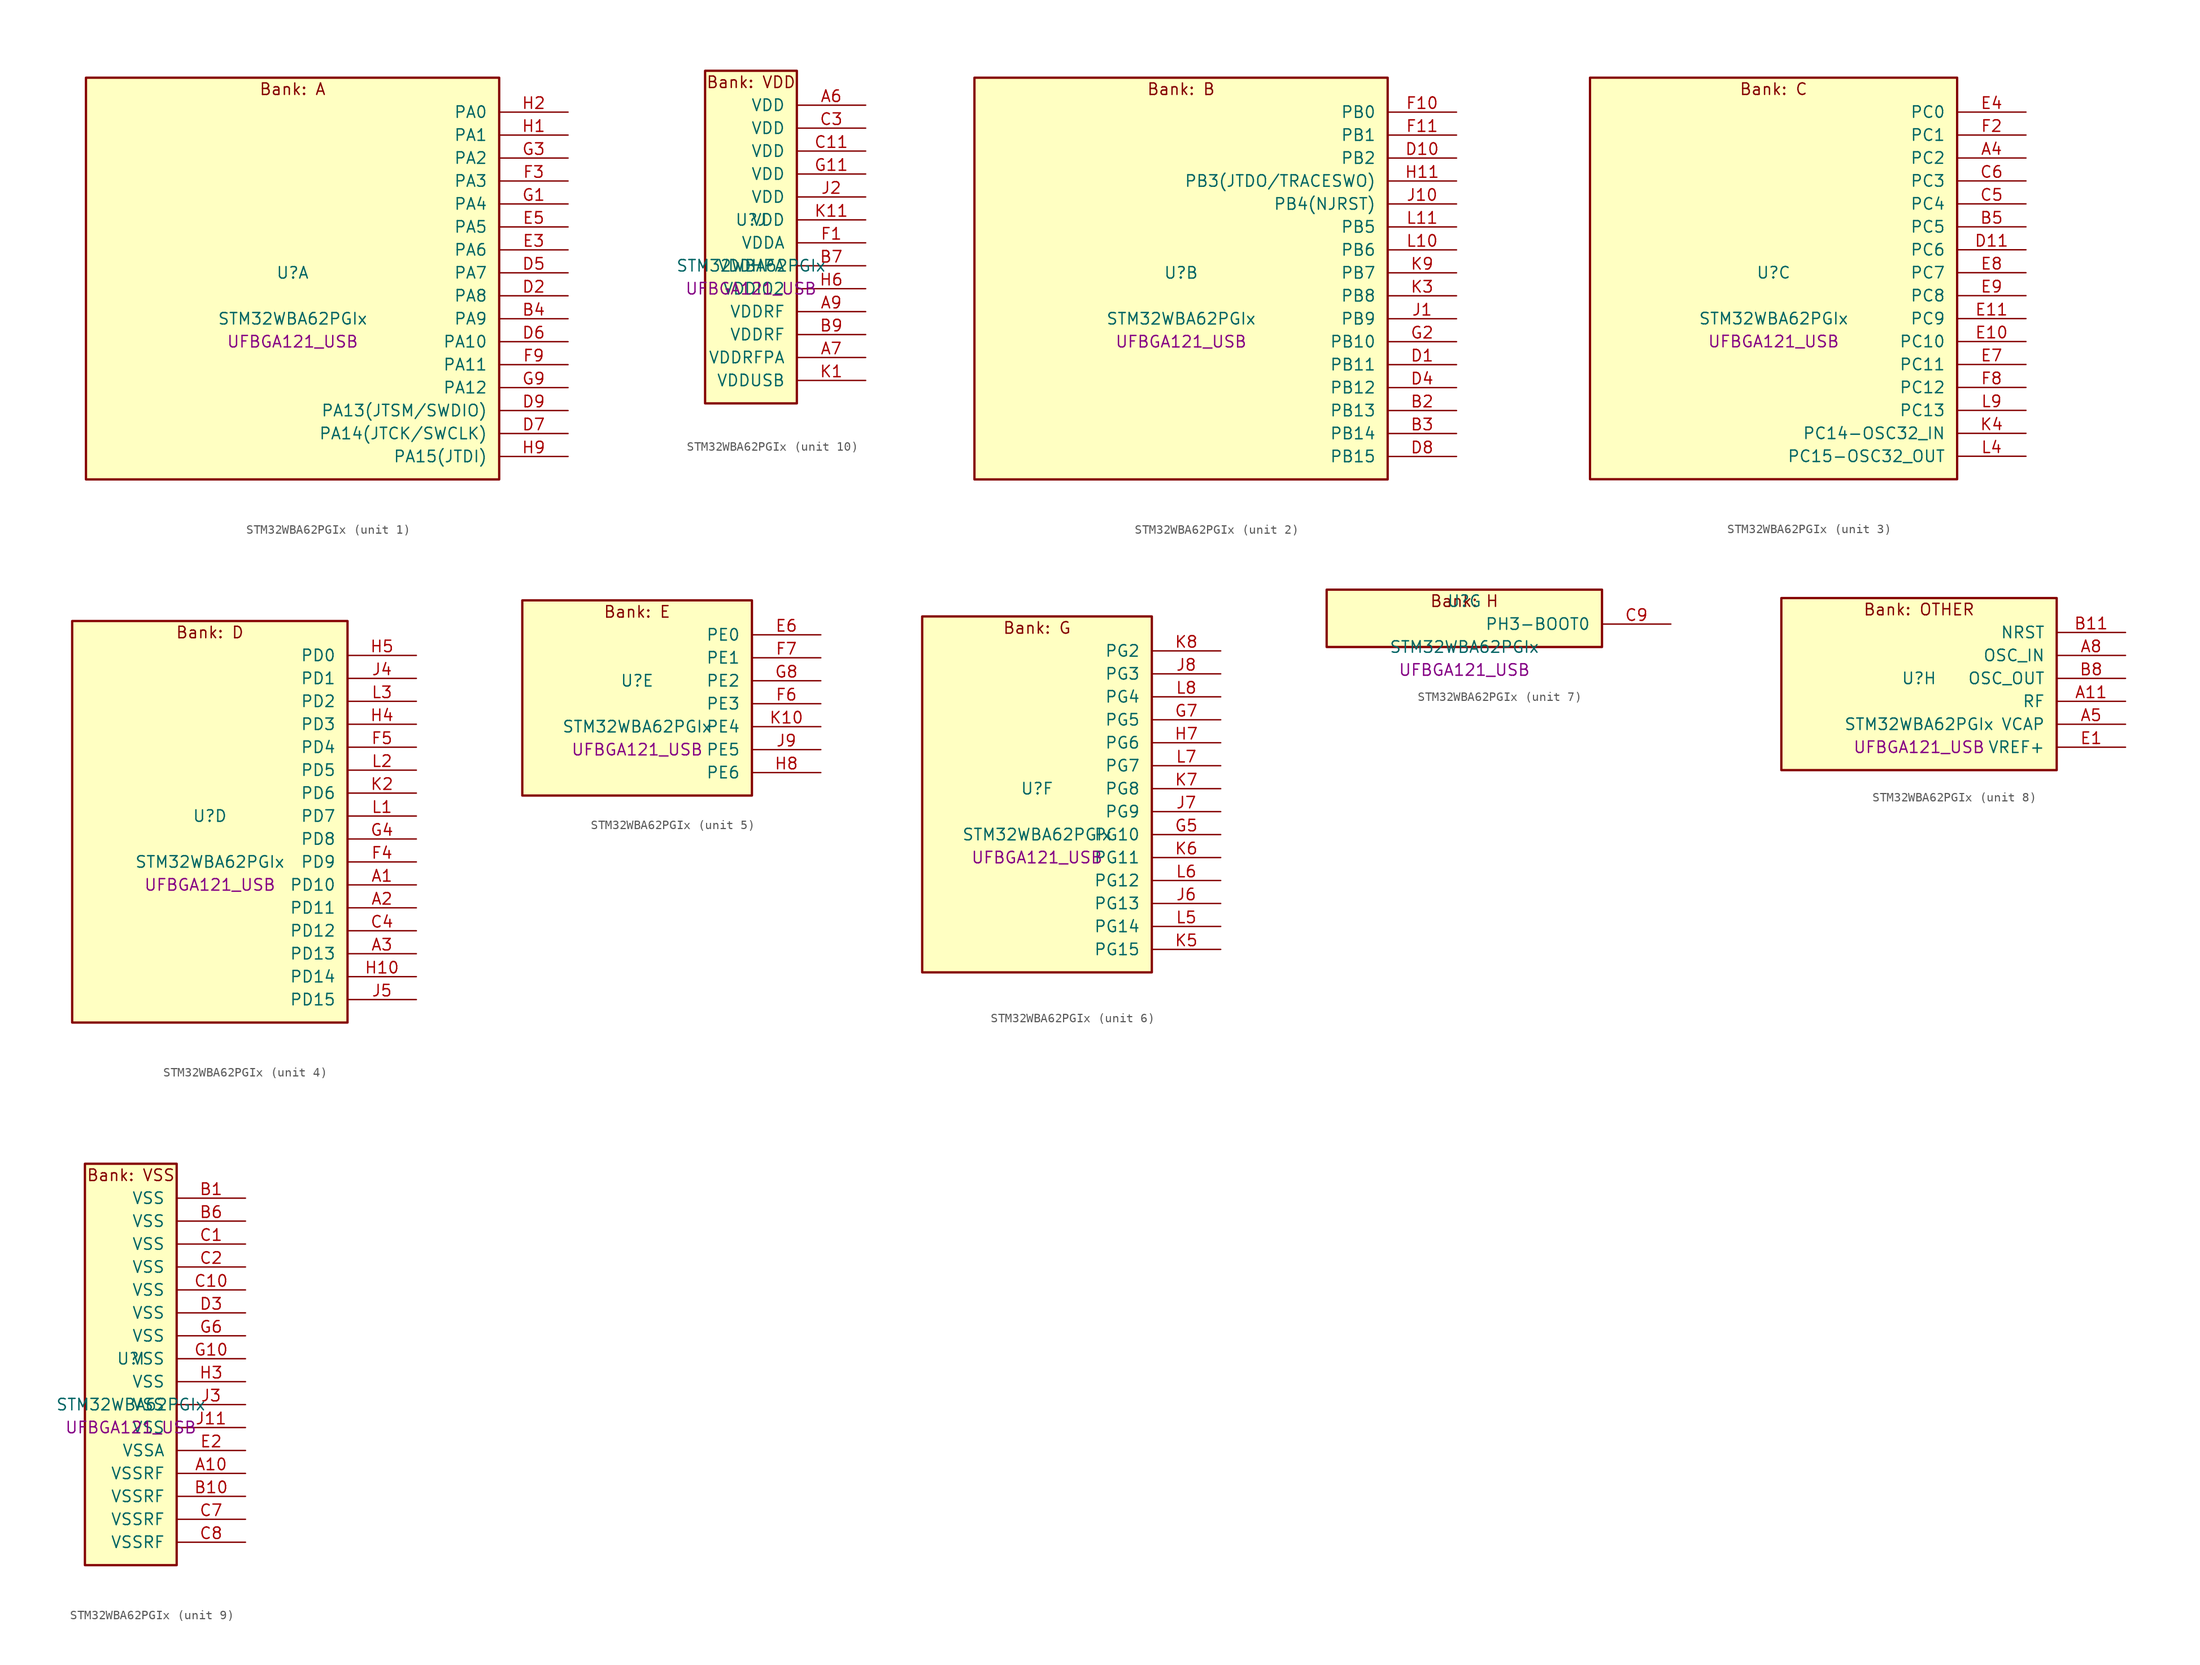
<source format=kicad_sym>
(kicad_symbol_lib
  (version 20241209)
  (generator "stm32_pkl_generator")
  (generator_version "1.0")
  (symbol "STM32WBA62PGIx"
    (pin_names
      (offset 1.27))
    (property "Reference" "U"
      (at 0 2.54 0))
    (property "Value" "STM32WBA62PGIx"
      (at 0 -2.54 0))
    (property "Footprint" "UFBGA121_USB"
      (at 0 -5.08 0))
    (symbol "STM32WBA62PGIx_1_1"
      (rectangle (start -22.86 24.13) (end 22.86 -20.32) (stroke (width 0.254) (type solid)) (fill (type background)))
      (text "Bank: A" (at 0 22.86 0))
      (pin bidirectional line (at 30.48 20.32 180) (length 7.62) (name "PA0") (number "H2") (alternate "PA0/ADC4_IN9" bidirectional line) (alternate "PA0/COMP2_INP" bidirectional line) (alternate "PA0/LPTIM1_IN1" bidirectional line) (alternate "PA0/LPUART1_CTS" bidirectional line) (alternate "PA0/PWR_WKUP1" bidirectional line) (alternate "PA0/SPI3_SCK" bidirectional line) (alternate "PA0/TIM1_CH2N" bidirectional line) (alternate "PA0/TIM3_CH3" bidirectional line) (alternate "PA0/TIM3_ETR" bidirectional line) (alternate "PA0/TSC_G2_IO2" bidirectional line))
      (pin bidirectional line (at 30.48 17.78 180) (length 7.62) (name "PA1") (number "H1") (alternate "PA1/ADC4_IN8" bidirectional line) (alternate "PA1/COMP1_INM" bidirectional line) (alternate "PA1/LPTIM2_CH2" bidirectional line) (alternate "PA1/LPUART1_RX" bidirectional line) (alternate "PA1/PWR_WKUP3" bidirectional line) (alternate "PA1/SAI1_CK1" bidirectional line) (alternate "PA1/SPI1_RDY" bidirectional line) (alternate "PA1/SPI3_MISO" bidirectional line) (alternate "PA1/TIM17_CH1" bidirectional line) (alternate "PA1/TIM1_CH1N" bidirectional line) (alternate "PA1/TIM3_CH2" bidirectional line) (alternate "PA1/TSC_G2_IO1" bidirectional line) (alternate "PA1/USART1_CK" bidirectional line))
      (pin bidirectional line (at 30.48 15.24 180) (length 7.62) (name "PA2") (number "G3") (alternate "PA2/ADC4_IN7" bidirectional line) (alternate "PA2/COMP1_INP" bidirectional line) (alternate "PA2/LPUART1_TX" bidirectional line) (alternate "PA2/PWR_WKUP4" bidirectional line) (alternate "PA2/RCC_LSCO" bidirectional line) (alternate "PA2/SAI1_D1" bidirectional line) (alternate "PA2/TIM16_CH1" bidirectional line) (alternate "PA2/TIM1_BKIN" bidirectional line) (alternate "PA2/TIM3_CH1" bidirectional line) (alternate "PA2/TSC_G4_IO4" bidirectional line) (alternate "PA2/USART1_DE" bidirectional line) (alternate "PA2/USART1_RTS" bidirectional line))
      (pin bidirectional line (at 30.48 12.7 180) (length 7.62) (name "PA3") (number "F3") (alternate "PA3/ADC4_IN6" bidirectional line) (alternate "PA3/PWR_WKUP5" bidirectional line) (alternate "PA3/TIM16_CH1N" bidirectional line) (alternate "PA3/TSC_G4_IO2" bidirectional line) (alternate "PA3/USART1_DE" bidirectional line) (alternate "PA3/USART1_RTS" bidirectional line))
      (pin bidirectional line (at 30.48 10.16 180) (length 7.62) (name "PA4") (number "G1") (alternate "PA4/ADC4_IN5" bidirectional line) (alternate "PA4/AUDIOCLK" bidirectional line) (alternate "PA4/PWR_WKUP2" bidirectional line) (alternate "PA4/TAMP_IN6" bidirectional line) (alternate "PA4/TAMP_OUT3" bidirectional line) (alternate "PA4/TIM16_CH1" bidirectional line) (alternate "PA4/TSC_G4_IO1" bidirectional line) (alternate "PA4/USART1_CTS" bidirectional line))
      (pin bidirectional line (at 30.48 7.62 180) (length 7.62) (name "PA5") (number "E5") (alternate "PA5/ADC4_IN4" bidirectional line) (alternate "PA5/AUDIOCLK" bidirectional line) (alternate "PA5/LPTIM2_ETR" bidirectional line) (alternate "PA5/PWR_CSLEEP" bidirectional line) (alternate "PA5/PWR_WKUP6" bidirectional line) (alternate "PA5/SAI1_D2" bidirectional line) (alternate "PA5/SPI3_NSS" bidirectional line) (alternate "PA5/TIM2_CH1" bidirectional line) (alternate "PA5/TIM2_ETR" bidirectional line) (alternate "PA5/TSC_G1_IO4" bidirectional line) (alternate "PA5/USART1_CK" bidirectional line) (alternate "PA5/USART3_RX" bidirectional line))
      (pin bidirectional line (at 30.48 5.08 180) (length 7.62) (name "PA6") (number "E3") (alternate "PA6/ADC4_IN3" bidirectional line) (alternate "PA6/I2C3_SCL" bidirectional line) (alternate "PA6/PWR_CSTOP" bidirectional line) (alternate "PA6/PWR_WKUP7" bidirectional line) (alternate "PA6/SAI1_CK2" bidirectional line) (alternate "PA6/SAI1_MCLK_A" bidirectional line) (alternate "PA6/SPI3_RDY" bidirectional line) (alternate "PA6/TIM2_CH4" bidirectional line) (alternate "PA6/TSC_G1_IO3" bidirectional line) (alternate "PA6/USART1_DE" bidirectional line) (alternate "PA6/USART1_RTS" bidirectional line) (alternate "PA6/USART3_CTS" bidirectional line))
      (pin bidirectional line (at 30.48 2.54 180) (length 7.62) (name "PA7") (number "D5") (alternate "PA7/ADC4_IN2" bidirectional line) (alternate "PA7/COMP1_OUT" bidirectional line) (alternate "PA7/I2C3_SDA" bidirectional line) (alternate "PA7/PWR_WKUP8" bidirectional line) (alternate "PA7/SAI1_SCK_A" bidirectional line) (alternate "PA7/SPI3_SCK" bidirectional line) (alternate "PA7/TAMP_IN1" bidirectional line) (alternate "PA7/TAMP_OUT2" bidirectional line) (alternate "PA7/TIM2_CH3" bidirectional line) (alternate "PA7/TSC_G1_IO2" bidirectional line) (alternate "PA7/USART1_CTS" bidirectional line) (alternate "PA7/USART3_TX" bidirectional line))
      (pin bidirectional line (at 30.48 0 180) (length 7.62) (name "PA8") (number "D2") (alternate "PA8/ADC4_IN1" bidirectional line) (alternate "PA8/LPTIM1_CH2" bidirectional line) (alternate "PA8/RCC_MCO" bidirectional line) (alternate "PA8/SAI1_FS_A" bidirectional line) (alternate "PA8/SPI3_RDY" bidirectional line) (alternate "PA8/TIM2_CH2" bidirectional line) (alternate "PA8/TSC_G1_IO1" bidirectional line) (alternate "PA8/USART1_RX" bidirectional line) (alternate "PA8/USB_OTG_HS_SOF" bidirectional line))
      (pin bidirectional line (at 30.48 -2.54 180) (length 7.62) (name "PA9") (number "B4") (alternate "PA9/LPUART1_DE" bidirectional line) (alternate "PA9/LPUART1_RTS" bidirectional line) (alternate "PA9/SAI1_CK1" bidirectional line) (alternate "PA9/SPI2_MISO" bidirectional line) (alternate "PA9/SPI2_SCK" bidirectional line) (alternate "PA9/TIM3_CH2" bidirectional line))
      (pin bidirectional line (at 30.48 -5.08 180) (length 7.62) (name "PA10") (number "D6") (alternate "PA10/LPUART1_RX" bidirectional line) (alternate "PA10/SAI1_D1" bidirectional line) (alternate "PA10/SPI2_NSS" bidirectional line) (alternate "PA10/TIM3_CH1" bidirectional line))
      (pin bidirectional line (at 30.48 -7.62 180) (length 7.62) (name "PA11") (number "F9") (alternate "PA11/LPTIM2_CH1" bidirectional line) (alternate "PA11/RF_ANTSW1" bidirectional line) (alternate "PA11/TIM1_CH1" bidirectional line) (alternate "PA11/USART2_RX" bidirectional line))
      (pin bidirectional line (at 30.48 -10.16 180) (length 7.62) (name "PA12") (number "G9") (alternate "PA12/COMP2_OUT" bidirectional line) (alternate "PA12/PTA_STATUS" bidirectional line) (alternate "PA12/PWR_WKUP6" bidirectional line) (alternate "PA12/RF_ANTSW0" bidirectional line) (alternate "PA12/SPI1_NSS" bidirectional line) (alternate "PA12/TIM1_CH2" bidirectional line) (alternate "PA12/TSC_G3_IO4" bidirectional line) (alternate "PA12/USART2_TX" bidirectional line))
      (pin bidirectional line (at 30.48 -12.7 180) (length 7.62) (name "PA13(JTSM/SWDIO)") (number "D9") (alternate "PA13(JTSM/SWDIO)/DEBUG_JTMS-SWDIO" bidirectional line) (alternate "PA13(JTSM/SWDIO)/IR_OUT" bidirectional line) (alternate "PA13(JTSM/SWDIO)/PTA_PRIORITY" bidirectional line))
      (pin bidirectional line (at 30.48 -15.24 180) (length 7.62) (name "PA14(JTCK/SWCLK)") (number "D7") (alternate "PA14(JTCK/SWCLK)/COMP2_OUT" bidirectional line) (alternate "PA14(JTCK/SWCLK)/DEBUG_JTCK-SWCLK" bidirectional line) (alternate "PA14(JTCK/SWCLK)/I2C4_SMBA" bidirectional line) (alternate "PA14(JTCK/SWCLK)/PTA_STATUS" bidirectional line) (alternate "PA14(JTCK/SWCLK)/TAMP_IN3" bidirectional line) (alternate "PA14(JTCK/SWCLK)/TAMP_OUT6" bidirectional line) (alternate "PA14(JTCK/SWCLK)/USART2_TX" bidirectional line) (alternate "PA14(JTCK/SWCLK)/USB_OTG_HS_SOF" bidirectional line))
      (pin bidirectional line (at 30.48 -17.78 180) (length 7.62) (name "PA15(JTDI)") (number "H9") (alternate "PA15(JTDI)/ADC4_EXTI15" bidirectional line) (alternate "PA15(JTDI)/DEBUG_JTDI" bidirectional line) (alternate "PA15(JTDI)/I2C1_SCL" bidirectional line) (alternate "PA15(JTDI)/LPTIM1_CH2" bidirectional line) (alternate "PA15(JTDI)/PTA_STATUS" bidirectional line) (alternate "PA15(JTDI)/SPI1_MOSI" bidirectional line) (alternate "PA15(JTDI)/TIM17_BKIN" bidirectional line) (alternate "PA15(JTDI)/TIM1_ETR" bidirectional line) (alternate "PA15(JTDI)/TSC_G3_IO3" bidirectional line) (alternate "PA15(JTDI)/USART2_DE" bidirectional line) (alternate "PA15(JTDI)/USART2_RTS" bidirectional line) (alternate "PA15(JTDI)/USART3_DE" bidirectional line) (alternate "PA15(JTDI)/USART3_RTS" bidirectional line)))
    (symbol "STM32WBA62PGIx_2_1"
      (rectangle (start -22.86 24.13) (end 22.86 -20.32) (stroke (width 0.254) (type solid)) (fill (type background)))
      (text "Bank: B" (at 0 22.86 0))
      (pin bidirectional line (at 30.48 20.32 180) (length 7.62) (name "PB0") (number "F10") (alternate "PB0/LPTIM2_IN2" bidirectional line) (alternate "PB0/SPI2_MOSI" bidirectional line) (alternate "PB0/TIM1_CH3N" bidirectional line) (alternate "PB0/USART2_TX" bidirectional line) (alternate "PB0/USART3_CK" bidirectional line))
      (pin bidirectional line (at 30.48 17.78 180) (length 7.62) (name "PB1") (number "F11") (alternate "PB1/I2C1_SDA" bidirectional line) (alternate "PB1/I2C3_SDA" bidirectional line) (alternate "PB1/PWR_WKUP4" bidirectional line) (alternate "PB1/TIM1_CH2N" bidirectional line) (alternate "PB1/USART2_DE" bidirectional line) (alternate "PB1/USART2_RTS" bidirectional line) (alternate "PB1/USART3_DE" bidirectional line) (alternate "PB1/USART3_RTS" bidirectional line))
      (pin bidirectional line (at 30.48 15.24 180) (length 7.62) (name "PB2") (number "D10") (alternate "PB2/I2C1_SCL" bidirectional line) (alternate "PB2/I2C3_SCL" bidirectional line) (alternate "PB2/PWR_WKUP1" bidirectional line) (alternate "PB2/RF_ANTSW2" bidirectional line) (alternate "PB2/RTC_OUT2" bidirectional line) (alternate "PB2/TIM1_CH1N" bidirectional line) (alternate "PB2/USART2_CTS" bidirectional line))
      (pin bidirectional line (at 30.48 12.7 180) (length 7.62) (name "PB3(JTDO/TRACESWO)") (number "H11") (alternate "PB3(JTDO/TRACESWO)/DEBUG_JTDO-SWO" bidirectional line) (alternate "PB3(JTDO/TRACESWO)/I2C1_SDA" bidirectional line) (alternate "PB3(JTDO/TRACESWO)/LPTIM1_IN2" bidirectional line) (alternate "PB3(JTDO/TRACESWO)/PTA_ACTIVE" bidirectional line) (alternate "PB3(JTDO/TRACESWO)/SPI1_MISO" bidirectional line) (alternate "PB3(JTDO/TRACESWO)/TIM17_CH1N" bidirectional line) (alternate "PB3(JTDO/TRACESWO)/TIM1_CH4" bidirectional line) (alternate "PB3(JTDO/TRACESWO)/TSC_G3_IO2" bidirectional line) (alternate "PB3(JTDO/TRACESWO)/USART2_CK" bidirectional line))
      (pin bidirectional line (at 30.48 10.16 180) (length 7.62) (name "PB4(NJRST)") (number "J10") (alternate "PB4(NJRST)/DEBUG_NJTRST" bidirectional line) (alternate "PB4(NJRST)/LPTIM2_IN2" bidirectional line) (alternate "PB4(NJRST)/PTA_ACTIVE" bidirectional line) (alternate "PB4(NJRST)/PTA_PRIORITY" bidirectional line) (alternate "PB4(NJRST)/SAI1_MCLK_B" bidirectional line) (alternate "PB4(NJRST)/SPI1_SCK" bidirectional line) (alternate "PB4(NJRST)/TIM17_CH1" bidirectional line) (alternate "PB4(NJRST)/TIM1_CH3" bidirectional line) (alternate "PB4(NJRST)/TSC_G3_IO1" bidirectional line) (alternate "PB4(NJRST)/USART2_RX" bidirectional line))
      (pin bidirectional line (at 30.48 7.62 180) (length 7.62) (name "PB5") (number "L11") (alternate "PB5/LPUART1_TX" bidirectional line) (alternate "PB5/SAI1_D2" bidirectional line) (alternate "PB5/SAI1_FS_B" bidirectional line) (alternate "PB5/TIM3_CH1" bidirectional line) (alternate "PB5/TSC_G5_IO4" bidirectional line))
      (pin bidirectional line (at 30.48 5.08 180) (length 7.62) (name "PB6") (number "L10") (alternate "PB6/PWR_WKUP3" bidirectional line) (alternate "PB6/SAI1_SCK_B" bidirectional line) (alternate "PB6/TIM2_CH1" bidirectional line) (alternate "PB6/TIM2_ETR" bidirectional line) (alternate "PB6/TIM4_CH1" bidirectional line) (alternate "PB6/TSC_G5_IO3" bidirectional line))
      (pin bidirectional line (at 30.48 2.54 180) (length 7.62) (name "PB7") (number "K9") (alternate "PB7/PWR_WKUP5" bidirectional line) (alternate "PB7/SAI1_SD_B" bidirectional line) (alternate "PB7/TAMP_IN5" bidirectional line) (alternate "PB7/TAMP_OUT4" bidirectional line) (alternate "PB7/TIM1_CH4N" bidirectional line) (alternate "PB7/TIM4_CH2" bidirectional line) (alternate "PB7/TSC_G5_IO2" bidirectional line))
      (pin bidirectional line (at 30.48 0 180) (length 7.62) (name "PB8") (number "K3") (alternate "PB8/COMP1_OUT" bidirectional line) (alternate "PB8/LPTIM1_ETR" bidirectional line) (alternate "PB8/PWR_PVD_IN" bidirectional line) (alternate "PB8/SPI3_MOSI" bidirectional line) (alternate "PB8/TIM16_CH1N" bidirectional line) (alternate "PB8/TIM1_CH1" bidirectional line) (alternate "PB8/TIM3_ETR" bidirectional line) (alternate "PB8/TIM4_CH3" bidirectional line) (alternate "PB8/TSC_G2_IO4" bidirectional line) (alternate "PB8/USART2_RX" bidirectional line))
      (pin bidirectional line (at 30.48 -2.54 180) (length 7.62) (name "PB9") (number "J1") (alternate "PB9/ADC4_IN10" bidirectional line) (alternate "PB9/COMP2_INM" bidirectional line) (alternate "PB9/IR_OUT" bidirectional line) (alternate "PB9/LPTIM2_IN1" bidirectional line) (alternate "PB9/LPUART1_DE" bidirectional line) (alternate "PB9/LPUART1_RTS" bidirectional line) (alternate "PB9/PWR_WKUP8" bidirectional line) (alternate "PB9/SPI2_NSS" bidirectional line) (alternate "PB9/SPI3_MISO" bidirectional line) (alternate "PB9/TIM16_CH1" bidirectional line) (alternate "PB9/TIM1_CH3N" bidirectional line) (alternate "PB9/TIM3_CH4" bidirectional line) (alternate "PB9/TIM4_CH4" bidirectional line) (alternate "PB9/TSC_G2_IO3" bidirectional line))
      (pin bidirectional line (at 30.48 -5.08 180) (length 7.62) (name "PB10") (number "G2") (alternate "PB10/I2C2_SCL" bidirectional line) (alternate "PB10/I2C4_SCL" bidirectional line) (alternate "PB10/SPI2_SCK" bidirectional line) (alternate "PB10/TIM16_BKIN" bidirectional line) (alternate "PB10/TSC_G4_IO3" bidirectional line) (alternate "PB10/USART1_CK" bidirectional line) (alternate "PB10/USART3_TX" bidirectional line))
      (pin bidirectional line (at 30.48 -7.62 180) (length 7.62) (name "PB11") (number "D1") (alternate "PB11/I2C2_SDA" bidirectional line) (alternate "PB11/I2C4_SDA" bidirectional line) (alternate "PB11/LPTIM1_CH1" bidirectional line) (alternate "PB11/LPTIM1_ETR" bidirectional line) (alternate "PB11/LPUART1_TX" bidirectional line) (alternate "PB11/SPI2_RDY" bidirectional line) (alternate "PB11/USART3_RX" bidirectional line))
      (pin bidirectional line (at 30.48 -10.16 180) (length 7.62) (name "PB12") (number "D4") (alternate "PB12/I2C2_SMBA" bidirectional line) (alternate "PB12/SAI1_SD_A" bidirectional line) (alternate "PB12/SPI1_RDY" bidirectional line) (alternate "PB12/SPI2_NSS" bidirectional line) (alternate "PB12/TIM2_CH1" bidirectional line) (alternate "PB12/TIM2_ETR" bidirectional line) (alternate "PB12/TIM3_ETR" bidirectional line) (alternate "PB12/TSC_SYNC" bidirectional line) (alternate "PB12/USART1_TX" bidirectional line) (alternate "PB12/USART3_CK" bidirectional line))
      (pin bidirectional line (at 30.48 -12.7 180) (length 7.62) (name "PB13") (number "B2") (alternate "PB13/I2C2_SCL" bidirectional line) (alternate "PB13/SPI2_SCK" bidirectional line) (alternate "PB13/TIM3_CH4" bidirectional line) (alternate "PB13/TSC_G6_IO2" bidirectional line) (alternate "PB13/USART3_CTS" bidirectional line))
      (pin bidirectional line (at 30.48 -15.24 180) (length 7.62) (name "PB14") (number "B3") (alternate "PB14/I2C2_SDA" bidirectional line) (alternate "PB14/PWR_WKUP7" bidirectional line) (alternate "PB14/RTC_REFIN" bidirectional line) (alternate "PB14/SAI1_SD_A" bidirectional line) (alternate "PB14/SPI2_MISO" bidirectional line) (alternate "PB14/TIM3_CH3" bidirectional line) (alternate "PB14/TSC_G6_IO1" bidirectional line) (alternate "PB14/USART1_TX" bidirectional line) (alternate "PB14/USART3_DE" bidirectional line) (alternate "PB14/USART3_RTS" bidirectional line))
      (pin bidirectional line (at 30.48 -17.78 180) (length 7.62) (name "PB15") (number "D8") (alternate "PB15/ADC4_EXTI15" bidirectional line) (alternate "PB15/I2C1_SMBA" bidirectional line) (alternate "PB15/I2C3_SMBA" bidirectional line) (alternate "PB15/LPUART1_CTS" bidirectional line) (alternate "PB15/PTA_GRANT" bidirectional line) (alternate "PB15/RF_EXTPABYP" bidirectional line) (alternate "PB15/TIM16_BKIN" bidirectional line) (alternate "PB15/TIM1_BKIN2" bidirectional line) (alternate "PB15/USART2_CTS" bidirectional line)))
    (symbol "STM32WBA62PGIx_3_1"
      (rectangle (start -20.32 24.13) (end 20.32 -20.32) (stroke (width 0.254) (type solid)) (fill (type background)))
      (text "Bank: C" (at 0 22.86 0))
      (pin bidirectional line (at 27.94 20.32 180) (length 7.62) (name "PC0") (number "E4") (alternate "PC0/I2C3_SCL" bidirectional line) (alternate "PC0/LPTIM1_IN1" bidirectional line) (alternate "PC0/LPTIM2_IN1" bidirectional line) (alternate "PC0/LPUART1_RX" bidirectional line) (alternate "PC0/SPI2_RDY" bidirectional line))
      (pin bidirectional line (at 27.94 17.78 180) (length 7.62) (name "PC1") (number "F2") (alternate "PC1/I2C3_SDA" bidirectional line) (alternate "PC1/LPTIM1_CH1" bidirectional line) (alternate "PC1/LPUART1_TX" bidirectional line) (alternate "PC1/SAI1_SD_A" bidirectional line) (alternate "PC1/SPI2_MOSI" bidirectional line))
      (pin bidirectional line (at 27.94 15.24 180) (length 7.62) (name "PC2") (number "A4") (alternate "PC2/LPTIM1_IN2" bidirectional line) (alternate "PC2/SPI2_MISO" bidirectional line))
      (pin bidirectional line (at 27.94 12.7 180) (length 7.62) (name "PC3") (number "C6") (alternate "PC3/LPTIM1_ETR" bidirectional line) (alternate "PC3/LPTIM2_ETR" bidirectional line) (alternate "PC3/SAI1_D1" bidirectional line) (alternate "PC3/SAI1_SD_A" bidirectional line) (alternate "PC3/SPI2_MOSI" bidirectional line) (alternate "PC3/SPI3_MOSI" bidirectional line) (alternate "PC3/TIM3_CH1" bidirectional line))
      (pin bidirectional line (at 27.94 10.16 180) (length 7.62) (name "PC4") (number "C5") (alternate "PC4/LPTIM2_CH2" bidirectional line) (alternate "PC4/SAI1_D2" bidirectional line) (alternate "PC4/SAI1_FS_A" bidirectional line) (alternate "PC4/SPI3_MISO" bidirectional line) (alternate "PC4/TIM3_CH2" bidirectional line) (alternate "PC4/USART3_TX" bidirectional line))
      (pin bidirectional line (at 27.94 7.62 180) (length 7.62) (name "PC5") (number "B5") (alternate "PC5/SAI1_D3" bidirectional line) (alternate "PC5/SAI1_SD_B" bidirectional line) (alternate "PC5/TIM1_CH4N" bidirectional line) (alternate "PC5/USART3_RX" bidirectional line))
      (pin bidirectional line (at 27.94 5.08 180) (length 7.62) (name "PC6") (number "D11") (alternate "PC6/PWR_CSLEEP" bidirectional line) (alternate "PC6/TIM3_CH1" bidirectional line))
      (pin bidirectional line (at 27.94 2.54 180) (length 7.62) (name "PC7") (number "E8") (alternate "PC7/LPTIM2_CH2" bidirectional line) (alternate "PC7/PWR_CSTOP" bidirectional line) (alternate "PC7/TIM3_CH2" bidirectional line) (alternate "PC7/USART2_DE" bidirectional line) (alternate "PC7/USART2_RTS" bidirectional line))
      (pin bidirectional line (at 27.94 0 180) (length 7.62) (name "PC8") (number "E9") (alternate "PC8/TIM3_CH3" bidirectional line) (alternate "PC8/USART2_RX" bidirectional line))
      (pin bidirectional line (at 27.94 -2.54 180) (length 7.62) (name "PC9") (number "E11") (alternate "PC9/TIM3_CH4" bidirectional line) (alternate "PC9/USART2_TX" bidirectional line))
      (pin bidirectional line (at 27.94 -5.08 180) (length 7.62) (name "PC10") (number "E10") (alternate "PC10/SPI3_SCK" bidirectional line) (alternate "PC10/USART3_TX" bidirectional line))
      (pin bidirectional line (at 27.94 -7.62 180) (length 7.62) (name "PC11") (number "E7") (alternate "PC11/SPI3_MISO" bidirectional line) (alternate "PC11/USART3_RX" bidirectional line))
      (pin bidirectional line (at 27.94 -10.16 180) (length 7.62) (name "PC12") (number "F8") (alternate "PC12/SPI3_MOSI" bidirectional line) (alternate "PC12/USART3_CK" bidirectional line))
      (pin bidirectional line (at 27.94 -12.7 180) (length 7.62) (name "PC13") (number "L9") (alternate "PC13/PWR_WKUP2" bidirectional line) (alternate "PC13/RTC_OUT1" bidirectional line) (alternate "PC13/RTC_TS" bidirectional line) (alternate "PC13/TAMP_IN4" bidirectional line) (alternate "PC13/TAMP_OUT5" bidirectional line) (alternate "PC13/TIM1_BKIN2" bidirectional line) (alternate "PC13/TSC_G5_IO1" bidirectional line))
      (pin bidirectional line (at 27.94 -15.24 180) (length 7.62) (name "PC14-OSC32_IN") (number "K4") (alternate "PC14-OSC32_IN/RCC_OSC32_IN" bidirectional line))
      (pin bidirectional line (at 27.94 -17.78 180) (length 7.62) (name "PC15-OSC32_OUT") (number "L4") (alternate "PC15-OSC32_OUT/ADC4_EXTI15" bidirectional line) (alternate "PC15-OSC32_OUT/RCC_OSC32_OUT" bidirectional line)))
    (symbol "STM32WBA62PGIx_4_1"
      (rectangle (start -15.24 24.13) (end 15.24 -20.32) (stroke (width 0.254) (type solid)) (fill (type background)))
      (text "Bank: D" (at 0 22.86 0))
      (pin bidirectional line (at 22.86 20.32 180) (length 7.62) (name "PD0") (number "H5") (alternate "PD0/SPI2_NSS" bidirectional line) (alternate "PD0/TSC_G8_IO3" bidirectional line))
      (pin bidirectional line (at 22.86 17.78 180) (length 7.62) (name "PD1") (number "J4") (alternate "PD1/SPI2_SCK" bidirectional line) (alternate "PD1/TSC_G8_IO2" bidirectional line))
      (pin bidirectional line (at 22.86 15.24 180) (length 7.62) (name "PD2") (number "L3") (alternate "PD2/TIM3_ETR" bidirectional line) (alternate "PD2/TSC_SYNC" bidirectional line) (alternate "PD2/USART3_DE" bidirectional line) (alternate "PD2/USART3_RTS" bidirectional line))
      (pin bidirectional line (at 22.86 12.7 180) (length 7.62) (name "PD3") (number "H4") (alternate "PD3/SPI2_MISO" bidirectional line) (alternate "PD3/SPI2_SCK" bidirectional line) (alternate "PD3/TSC_G8_IO1" bidirectional line) (alternate "PD3/USART2_CTS" bidirectional line))
      (pin bidirectional line (at 22.86 10.16 180) (length 7.62) (name "PD4") (number "F5") (alternate "PD4/LPTIM2_IN2" bidirectional line) (alternate "PD4/USART3_RX" bidirectional line))
      (pin bidirectional line (at 22.86 7.62 180) (length 7.62) (name "PD5") (number "L2") (alternate "PD5/SAI1_D1" bidirectional line) (alternate "PD5/SAI1_SD_A" bidirectional line) (alternate "PD5/SPI3_MOSI" bidirectional line) (alternate "PD5/USART2_RX" bidirectional line))
      (pin bidirectional line (at 22.86 5.08 180) (length 7.62) (name "PD6") (number "K2") (alternate "PD6/USB_OTG_HS_DP" bidirectional line))
      (pin bidirectional line (at 22.86 2.54 180) (length 7.62) (name "PD7") (number "L1") (alternate "PD7/USB_OTG_HS_DM" bidirectional line))
      (pin bidirectional line (at 22.86 0 180) (length 7.62) (name "PD8") (number "G4") (alternate "PD8/USART2_CK" bidirectional line) (alternate "PD8/USB_OTG_HS_ID" bidirectional line))
      (pin bidirectional line (at 22.86 -2.54 180) (length 7.62) (name "PD9") (number "F4") (alternate "PD9/USART2_TX" bidirectional line) (alternate "PD9/USART3_TX" bidirectional line) (alternate "PD9/USB_OTG_HS_VBUS" bidirectional line))
      (pin bidirectional line (at 22.86 -5.08 180) (length 7.62) (name "PD10") (number "A1") (alternate "PD10/LPTIM2_CH2" bidirectional line) (alternate "PD10/USART3_CK" bidirectional line))
      (pin bidirectional line (at 22.86 -7.62 180) (length 7.62) (name "PD11") (number "A2") (alternate "PD11/I2C4_SMBA" bidirectional line) (alternate "PD11/LPTIM2_ETR" bidirectional line) (alternate "PD11/USART3_CTS" bidirectional line))
      (pin bidirectional line (at 22.86 -10.16 180) (length 7.62) (name "PD12") (number "C4") (alternate "PD12/I2C4_SCL" bidirectional line) (alternate "PD12/LPTIM2_IN1" bidirectional line) (alternate "PD12/TIM4_CH1" bidirectional line) (alternate "PD12/TSC_G6_IO3" bidirectional line) (alternate "PD12/USART3_DE" bidirectional line) (alternate "PD12/USART3_RTS" bidirectional line))
      (pin bidirectional line (at 22.86 -12.7 180) (length 7.62) (name "PD13") (number "A3") (alternate "PD13/I2C4_SDA" bidirectional line) (alternate "PD13/LPTIM2_CH1" bidirectional line) (alternate "PD13/TIM4_CH2" bidirectional line) (alternate "PD13/TSC_G6_IO4" bidirectional line))
      (pin bidirectional line (at 22.86 -15.24 180) (length 7.62) (name "PD14") (number "H10") (alternate "PD14/DEBUG_TRACED3" bidirectional line) (alternate "PD14/TIM4_CH3" bidirectional line))
      (pin bidirectional line (at 22.86 -17.78 180) (length 7.62) (name "PD15") (number "J5") (alternate "PD15/ADC4_EXTI15" bidirectional line) (alternate "PD15/TIM4_CH4" bidirectional line) (alternate "PD15/TSC_G8_IO4" bidirectional line)))
    (symbol "STM32WBA62PGIx_5_1"
      (rectangle (start -12.7 11.43) (end 12.7 -10.16) (stroke (width 0.254) (type solid)) (fill (type background)))
      (text "Bank: E" (at 0 10.16 0))
      (pin bidirectional line (at 20.32 7.62 180) (length 7.62) (name "PE0") (number "E6") (alternate "PE0/DEBUG_TRACECLK" bidirectional line) (alternate "PE0/TIM16_CH1" bidirectional line) (alternate "PE0/TIM4_ETR" bidirectional line) (alternate "PE0/TSC_G7_IO4" bidirectional line))
      (pin bidirectional line (at 20.32 5.08 180) (length 7.62) (name "PE1") (number "F7") (alternate "PE1/DEBUG_TRACED0" bidirectional line) (alternate "PE1/TIM17_CH1" bidirectional line) (alternate "PE1/TSC_G7_IO3" bidirectional line))
      (pin bidirectional line (at 20.32 2.54 180) (length 7.62) (name "PE2") (number "G8") (alternate "PE2/DEBUG_TRACED1" bidirectional line) (alternate "PE2/SAI1_CK1" bidirectional line) (alternate "PE2/SAI1_MCLK_A" bidirectional line) (alternate "PE2/TIM3_ETR" bidirectional line) (alternate "PE2/TSC_G7_IO2" bidirectional line))
      (pin bidirectional line (at 20.32 0 180) (length 7.62) (name "PE3") (number "F6") (alternate "PE3/DEBUG_TRACED2" bidirectional line) (alternate "PE3/SAI1_SD_B" bidirectional line) (alternate "PE3/TIM3_CH1" bidirectional line) (alternate "PE3/TSC_G7_IO1" bidirectional line))
      (pin bidirectional line (at 20.32 -2.54 180) (length 7.62) (name "PE4") (number "K10") (alternate "PE4/SAI1_D2" bidirectional line) (alternate "PE4/SAI1_FS_A" bidirectional line) (alternate "PE4/TIM3_CH2" bidirectional line))
      (pin bidirectional line (at 20.32 -5.08 180) (length 7.62) (name "PE5") (number "J9") (alternate "PE5/SAI1_CK2" bidirectional line) (alternate "PE5/SAI1_SCK_A" bidirectional line) (alternate "PE5/TIM3_CH3" bidirectional line))
      (pin bidirectional line (at 20.32 -7.62 180) (length 7.62) (name "PE6") (number "H8") (alternate "PE6/SAI1_D1" bidirectional line) (alternate "PE6/SAI1_SD_A" bidirectional line) (alternate "PE6/TIM3_CH4" bidirectional line)))
    (symbol "STM32WBA62PGIx_6_1"
      (rectangle (start -12.7 21.59) (end 12.7 -17.78) (stroke (width 0.254) (type solid)) (fill (type background)))
      (text "Bank: G" (at 0 20.32 0))
      (pin bidirectional line (at 20.32 17.78 180) (length 7.62) (name "PG2") (number "K8") (alternate "PG2/SAI1_SCK_B" bidirectional line) (alternate "PG2/SPI1_SCK" bidirectional line))
      (pin bidirectional line (at 20.32 15.24 180) (length 7.62) (name "PG3") (number "J8") (alternate "PG3/SAI1_FS_B" bidirectional line) (alternate "PG3/SPI1_MISO" bidirectional line))
      (pin bidirectional line (at 20.32 12.7 180) (length 7.62) (name "PG4") (number "L8") (alternate "PG4/SAI1_MCLK_B" bidirectional line) (alternate "PG4/SPI1_MOSI" bidirectional line))
      (pin bidirectional line (at 20.32 10.16 180) (length 7.62) (name "PG5") (number "G7") (alternate "PG5/LPUART1_CTS" bidirectional line) (alternate "PG5/SAI1_SD_B" bidirectional line) (alternate "PG5/SPI1_NSS" bidirectional line))
      (pin bidirectional line (at 20.32 7.62 180) (length 7.62) (name "PG6") (number "H7") (alternate "PG6/I2C3_SMBA" bidirectional line) (alternate "PG6/LPUART1_DE" bidirectional line) (alternate "PG6/LPUART1_RTS" bidirectional line) (alternate "PG6/SPI1_RDY" bidirectional line))
      (pin bidirectional line (at 20.32 5.08 180) (length 7.62) (name "PG7") (number "L7") (alternate "PG7/I2C3_SCL" bidirectional line) (alternate "PG7/LPUART1_TX" bidirectional line) (alternate "PG7/SAI1_CK1" bidirectional line) (alternate "PG7/SAI1_MCLK_A" bidirectional line))
      (pin bidirectional line (at 20.32 2.54 180) (length 7.62) (name "PG8") (number "K7") (alternate "PG8/I2C3_SDA" bidirectional line) (alternate "PG8/LPUART1_RX" bidirectional line))
      (pin bidirectional line (at 20.32 0 180) (length 7.62) (name "PG9") (number "J7") (alternate "PG9/SAI1_SCK_A" bidirectional line) (alternate "PG9/SPI3_SCK" bidirectional line) (alternate "PG9/USART1_TX" bidirectional line))
      (pin bidirectional line (at 20.32 -2.54 180) (length 7.62) (name "PG10") (number "G5") (alternate "PG10/LPTIM1_IN1" bidirectional line) (alternate "PG10/SAI1_FS_A" bidirectional line) (alternate "PG10/SPI3_MISO" bidirectional line) (alternate "PG10/USART1_RX" bidirectional line))
      (pin bidirectional line (at 20.32 -5.08 180) (length 7.62) (name "PG11") (number "K6") (alternate "PG11/LPTIM1_IN2" bidirectional line) (alternate "PG11/SAI1_MCLK_A" bidirectional line) (alternate "PG11/SPI3_MOSI" bidirectional line) (alternate "PG11/USART1_CTS" bidirectional line))
      (pin bidirectional line (at 20.32 -7.62 180) (length 7.62) (name "PG12") (number "L6") (alternate "PG12/LPTIM1_ETR" bidirectional line) (alternate "PG12/SAI1_SD_A" bidirectional line) (alternate "PG12/SPI3_NSS" bidirectional line) (alternate "PG12/USART1_DE" bidirectional line) (alternate "PG12/USART1_RTS" bidirectional line))
      (pin bidirectional line (at 20.32 -10.16 180) (length 7.62) (name "PG13") (number "J6") (alternate "PG13/I2C1_SDA" bidirectional line) (alternate "PG13/SPI3_RDY" bidirectional line) (alternate "PG13/USART1_CK" bidirectional line))
      (pin bidirectional line (at 20.32 -12.7 180) (length 7.62) (name "PG14") (number "L5") (alternate "PG14/I2C1_SCL" bidirectional line) (alternate "PG14/LPTIM1_CH2" bidirectional line))
      (pin bidirectional line (at 20.32 -15.24 180) (length 7.62) (name "PG15") (number "K5") (alternate "PG15/ADC4_EXTI15" bidirectional line) (alternate "PG15/I2C1_SMBA" bidirectional line) (alternate "PG15/LPTIM1_CH1" bidirectional line)))
    (symbol "STM32WBA62PGIx_7_1"
      (rectangle (start -15.24 3.81) (end 15.24 -2.54) (stroke (width 0.254) (type solid)) (fill (type background)))
      (text "Bank: H" (at 0 2.54 0))
      (pin bidirectional line (at 22.86 0 180) (length 7.62) (name "PH3-BOOT0") (number "C9") (alternate "PH3-BOOT0/PTA_GRANT" bidirectional line) (alternate "PH3-BOOT0/RF_EXTPABYP" bidirectional line) (alternate "PH3-BOOT0/TAMP_IN2" bidirectional line) (alternate "PH3-BOOT0/TAMP_OUT1" bidirectional line)))
    (symbol "STM32WBA62PGIx_8_1"
      (rectangle (start -15.24 11.43) (end 15.24 -7.62) (stroke (width 0.254) (type solid)) (fill (type background)))
      (text "Bank: OTHER" (at 0 10.16 0))
      (pin input line (at 22.86 7.62 180) (length 7.62) (name "NRST") (number "B11"))
      (pin bidirectional line (at 22.86 5.08 180) (length 7.62) (name "OSC_IN") (number "A8") (alternate "OSC_IN/RCC_OSC_IN" bidirectional line))
      (pin bidirectional line (at 22.86 2.54 180) (length 7.62) (name "OSC_OUT") (number "B8") (alternate "OSC_OUT/RCC_OSC_OUT" bidirectional line))
      (pin bidirectional line (at 22.86 0 180) (length 7.62) (name "RF") (number "A11"))
      (pin power_in line (at 22.86 -2.54 180) (length 7.62) (name "VCAP") (number "A5"))
      (pin bidirectional line (at 22.86 -5.08 180) (length 7.62) (name "VREF+") (number "E1")))
    (symbol "STM32WBA62PGIx_9_1"
      (rectangle (start -5.08 24.13) (end 5.08 -20.32) (stroke (width 0.254) (type solid)) (fill (type background)))
      (text "Bank: VSS" (at 0 22.86 0))
      (pin power_in line (at 12.7 20.32 180) (length 7.62) (name "VSS") (number "B1"))
      (pin power_in line (at 12.7 17.78 180) (length 7.62) (name "VSS") (number "B6"))
      (pin power_in line (at 12.7 15.24 180) (length 7.62) (name "VSS") (number "C1"))
      (pin power_in line (at 12.7 12.7 180) (length 7.62) (name "VSS") (number "C2"))
      (pin power_in line (at 12.7 10.16 180) (length 7.62) (name "VSS") (number "C10"))
      (pin power_in line (at 12.7 7.62 180) (length 7.62) (name "VSS") (number "D3"))
      (pin power_in line (at 12.7 5.08 180) (length 7.62) (name "VSS") (number "G6"))
      (pin power_in line (at 12.7 2.54 180) (length 7.62) (name "VSS") (number "G10"))
      (pin power_in line (at 12.7 0 180) (length 7.62) (name "VSS") (number "H3"))
      (pin power_in line (at 12.7 -2.54 180) (length 7.62) (name "VSS") (number "J3"))
      (pin power_in line (at 12.7 -5.08 180) (length 7.62) (name "VSS") (number "J11"))
      (pin power_in line (at 12.7 -7.62 180) (length 7.62) (name "VSSA") (number "E2"))
      (pin power_in line (at 12.7 -10.16 180) (length 7.62) (name "VSSRF") (number "A10"))
      (pin power_in line (at 12.7 -12.7 180) (length 7.62) (name "VSSRF") (number "B10"))
      (pin power_in line (at 12.7 -15.24 180) (length 7.62) (name "VSSRF") (number "C7"))
      (pin power_in line (at 12.7 -17.78 180) (length 7.62) (name "VSSRF") (number "C8")))
    (symbol "STM32WBA62PGIx_10_1"
      (rectangle (start -5.08 19.05) (end 5.08 -17.78) (stroke (width 0.254) (type solid)) (fill (type background)))
      (text "Bank: VDD" (at 0 17.78 0))
      (pin power_in line (at 12.7 15.24 180) (length 7.62) (name "VDD") (number "A6"))
      (pin power_in line (at 12.7 12.7 180) (length 7.62) (name "VDD") (number "C3"))
      (pin power_in line (at 12.7 10.16 180) (length 7.62) (name "VDD") (number "C11"))
      (pin power_in line (at 12.7 7.62 180) (length 7.62) (name "VDD") (number "G11"))
      (pin power_in line (at 12.7 5.08 180) (length 7.62) (name "VDD") (number "J2"))
      (pin power_in line (at 12.7 2.54 180) (length 7.62) (name "VDD") (number "K11"))
      (pin power_in line (at 12.7 0 180) (length 7.62) (name "VDDA") (number "F1"))
      (pin power_in line (at 12.7 -2.54 180) (length 7.62) (name "VDDHPA") (number "B7"))
      (pin power_in line (at 12.7 -5.08 180) (length 7.62) (name "VDDIO2") (number "H6"))
      (pin power_in line (at 12.7 -7.62 180) (length 7.62) (name "VDDRF") (number "A9"))
      (pin power_in line (at 12.7 -10.16 180) (length 7.62) (name "VDDRF") (number "B9"))
      (pin power_in line (at 12.7 -12.7 180) (length 7.62) (name "VDDRFPA") (number "A7"))
      (pin power_in line (at 12.7 -15.24 180) (length 7.62) (name "VDDUSB") (number "K1")))))
</source>
